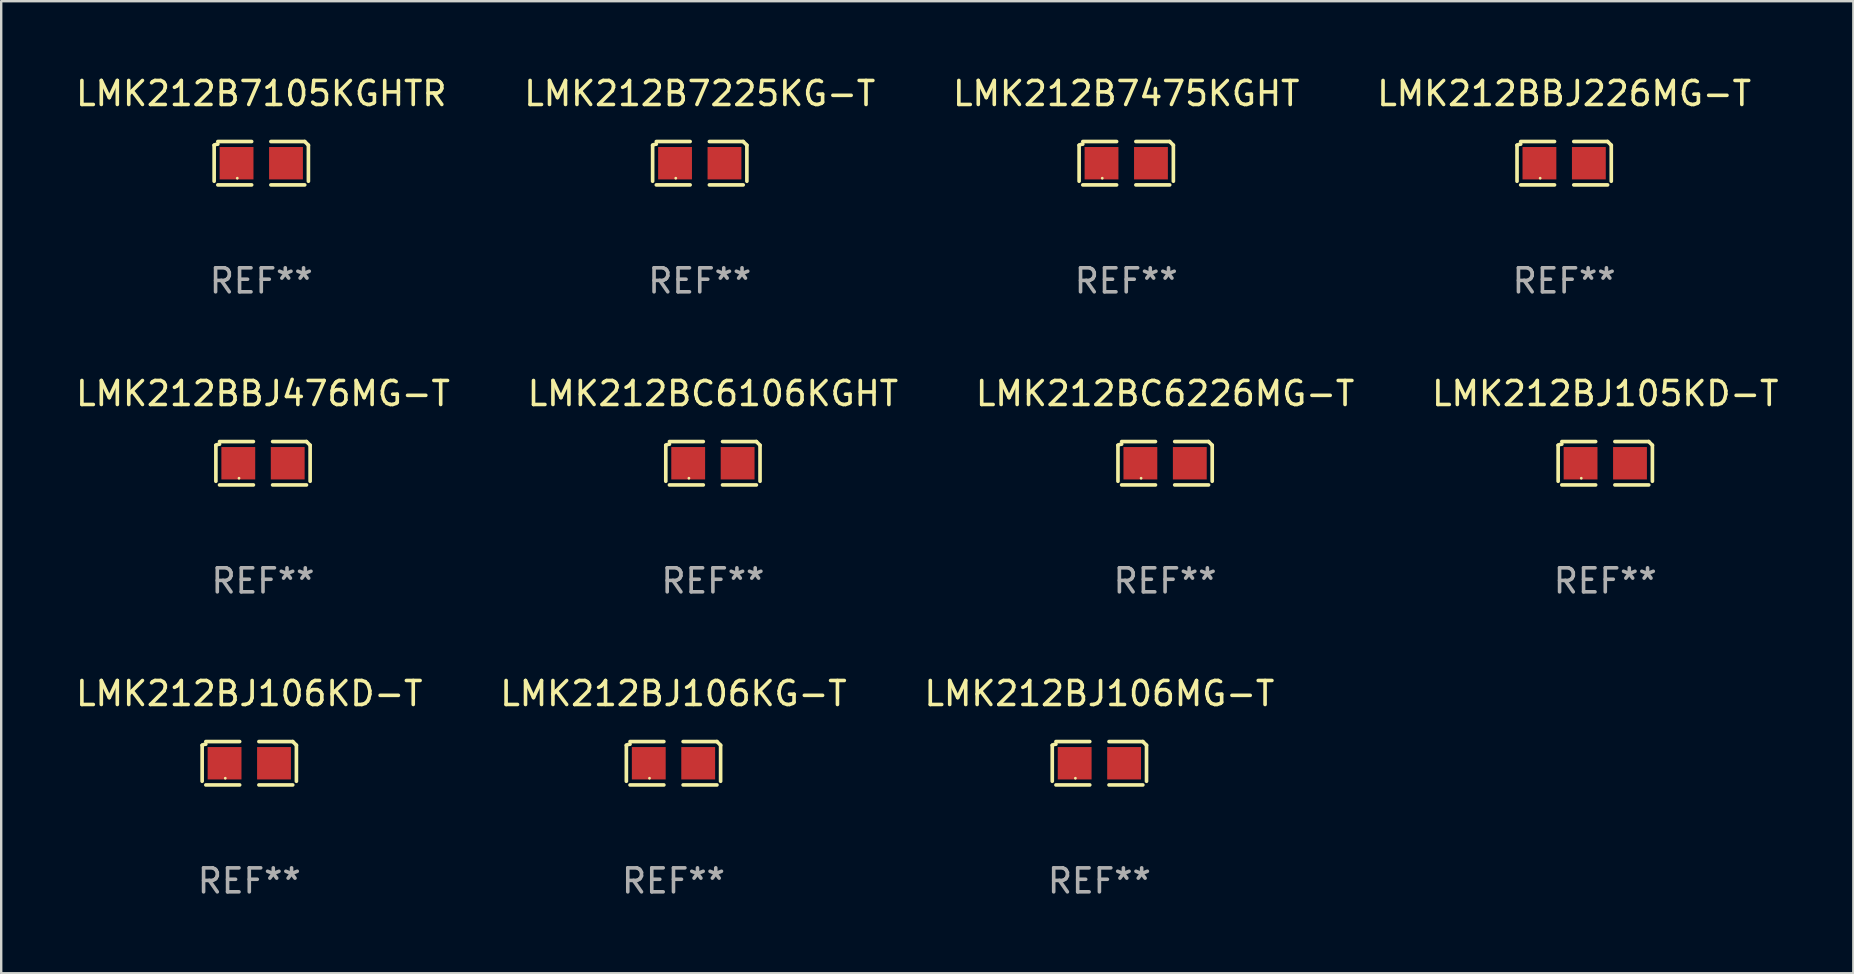
<source format=kicad_pcb>
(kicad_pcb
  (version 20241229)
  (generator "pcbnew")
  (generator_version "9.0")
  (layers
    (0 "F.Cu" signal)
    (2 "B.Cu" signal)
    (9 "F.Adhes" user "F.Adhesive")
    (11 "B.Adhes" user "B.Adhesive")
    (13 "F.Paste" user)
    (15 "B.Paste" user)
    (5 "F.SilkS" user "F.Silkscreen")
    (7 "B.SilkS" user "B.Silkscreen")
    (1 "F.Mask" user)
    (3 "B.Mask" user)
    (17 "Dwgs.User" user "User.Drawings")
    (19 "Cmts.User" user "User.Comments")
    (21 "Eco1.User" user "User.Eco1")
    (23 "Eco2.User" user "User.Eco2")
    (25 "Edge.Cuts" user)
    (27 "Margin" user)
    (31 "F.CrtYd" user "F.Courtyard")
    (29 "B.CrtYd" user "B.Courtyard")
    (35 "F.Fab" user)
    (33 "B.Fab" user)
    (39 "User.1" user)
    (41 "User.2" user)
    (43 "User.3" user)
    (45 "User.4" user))
  (footprint "LMK212BJ106KD-T"
    (layer "F.Cu")
    (at 7.339 28.759)
    (property "Reference" "LMK212BJ106KD-T" (at 0 -2.904 0) (layer "F.SilkS") (effects (font (size 1 1) (thickness 0.15))))
    (attr through_hole)
    (fp_line (start -1.964 0.751) (end -1.964 -0.751) (stroke (width 0.152) (type solid)) (layer "F.SilkS"))
    (fp_line (start -1.811 -0.904) (end -0.401 -0.904) (stroke (width 0.152) (type solid)) (layer "F.SilkS"))
    (fp_line (start -0.401 0.904) (end -1.811 0.904) (stroke (width 0.152) (type solid)) (layer "F.SilkS"))
    (fp_line (start 0.401 0.904) (end 1.811 0.904) (stroke (width 0.152) (type solid)) (layer "F.SilkS"))
    (fp_line (start 1.811 -0.904) (end 0.401 -0.904) (stroke (width 0.152) (type solid)) (layer "F.SilkS"))
    (fp_line (start 1.964 0.751) (end 1.964 -0.751) (stroke (width 0.152) (type solid)) (layer "F.SilkS"))
    (fp_arc (start -1.963602 -0.751207) (mid -1.890354 -0.783131) (end -1.811201 -0.794044) (stroke (width 0.1524) (type solid)) (layer "F.SilkS"))
    (fp_arc (start 1.811202 -0.903607) (mid 1.887413 -0.827418) (end 1.963602 -0.751207) (stroke (width 0.1524) (type solid)) (layer "F.SilkS"))
    (fp_circle (center -1 0.625) (end -0.97 0.625) (stroke (width 0.06) (type solid)) (fill no) (layer "F.SilkS"))
    (fp_text user "REF**" (at 0 4.904 0) (layer "F.Fab") (effects (font (size 1 1) (thickness 0.15))))
    (pad "1" smd rect (at -1.03 0) (size 1.41 1.35) (layers "F.Cu" "F.Mask" "F.Paste"))
    (pad "2" smd rect (at 1.03 0) (size 1.41 1.35) (layers "F.Cu" "F.Mask" "F.Paste")))
  (footprint "LMK212BJ105KD-T"
    (layer "F.Cu")
    (at 63.851 16.256)
    (property "Reference" "LMK212BJ105KD-T" (at 0 -2.904 0) (layer "F.SilkS") (effects (font (size 1 1) (thickness 0.15))))
    (attr through_hole)
    (fp_line (start -1.964 0.751) (end -1.964 -0.751) (stroke (width 0.152) (type solid)) (layer "F.SilkS"))
    (fp_line (start -1.811 -0.904) (end -0.401 -0.904) (stroke (width 0.152) (type solid)) (layer "F.SilkS"))
    (fp_line (start -0.401 0.904) (end -1.811 0.904) (stroke (width 0.152) (type solid)) (layer "F.SilkS"))
    (fp_line (start 0.401 0.904) (end 1.811 0.904) (stroke (width 0.152) (type solid)) (layer "F.SilkS"))
    (fp_line (start 1.811 -0.904) (end 0.401 -0.904) (stroke (width 0.152) (type solid)) (layer "F.SilkS"))
    (fp_line (start 1.964 0.751) (end 1.964 -0.751) (stroke (width 0.152) (type solid)) (layer "F.SilkS"))
    (fp_arc (start -1.963602 -0.751207) (mid -1.890354 -0.783131) (end -1.811201 -0.794044) (stroke (width 0.1524) (type solid)) (layer "F.SilkS"))
    (fp_arc (start 1.811202 -0.903607) (mid 1.887413 -0.827418) (end 1.963602 -0.751207) (stroke (width 0.1524) (type solid)) (layer "F.SilkS"))
    (fp_circle (center -1 0.625) (end -0.97 0.625) (stroke (width 0.06) (type solid)) (fill no) (layer "F.SilkS"))
    (fp_text user "REF**" (at 0 4.904 0) (layer "F.Fab") (effects (font (size 1 1) (thickness 0.15))))
    (pad "1" smd rect (at -1.03 0) (size 1.41 1.35) (layers "F.Cu" "F.Mask" "F.Paste"))
    (pad "2" smd rect (at 1.03 0) (size 1.41 1.35) (layers "F.Cu" "F.Mask" "F.Paste")))
  (footprint "LMK212B7475KGHT"
    (layer "F.Cu")
    (at 43.887 3.752)
    (property "Reference" "LMK212B7475KGHT" (at 0 -2.904 0) (layer "F.SilkS") (effects (font (size 1 1) (thickness 0.15))))
    (attr through_hole)
    (fp_line (start -1.964 0.751) (end -1.964 -0.751) (stroke (width 0.152) (type solid)) (layer "F.SilkS"))
    (fp_line (start -1.811 -0.904) (end -0.401 -0.904) (stroke (width 0.152) (type solid)) (layer "F.SilkS"))
    (fp_line (start -0.401 0.904) (end -1.811 0.904) (stroke (width 0.152) (type solid)) (layer "F.SilkS"))
    (fp_line (start 0.401 0.904) (end 1.811 0.904) (stroke (width 0.152) (type solid)) (layer "F.SilkS"))
    (fp_line (start 1.811 -0.904) (end 0.401 -0.904) (stroke (width 0.152) (type solid)) (layer "F.SilkS"))
    (fp_line (start 1.964 0.751) (end 1.964 -0.751) (stroke (width 0.152) (type solid)) (layer "F.SilkS"))
    (fp_arc (start -1.963602 -0.751207) (mid -1.890354 -0.783131) (end -1.811201 -0.794044) (stroke (width 0.1524) (type solid)) (layer "F.SilkS"))
    (fp_arc (start 1.811202 -0.903607) (mid 1.887413 -0.827418) (end 1.963602 -0.751207) (stroke (width 0.1524) (type solid)) (layer "F.SilkS"))
    (fp_circle (center -1 0.625) (end -0.97 0.625) (stroke (width 0.06) (type solid)) (fill no) (layer "F.SilkS"))
    (fp_text user "REF**" (at 0 4.904 0) (layer "F.Fab") (effects (font (size 1 1) (thickness 0.15))))
    (pad "1" smd rect (at -1.03 0) (size 1.41 1.35) (layers "F.Cu" "F.Mask" "F.Paste"))
    (pad "2" smd rect (at 1.03 0) (size 1.41 1.35) (layers "F.Cu" "F.Mask" "F.Paste")))
  (footprint "LMK212BBJ476MG-T"
    (layer "F.Cu")
    (at 7.911 16.256)
    (property "Reference" "LMK212BBJ476MG-T" (at 0 -2.904 0) (layer "F.SilkS") (effects (font (size 1 1) (thickness 0.15))))
    (attr through_hole)
    (fp_line (start -1.964 0.751) (end -1.964 -0.751) (stroke (width 0.152) (type solid)) (layer "F.SilkS"))
    (fp_line (start -1.811 -0.904) (end -0.401 -0.904) (stroke (width 0.152) (type solid)) (layer "F.SilkS"))
    (fp_line (start -0.401 0.904) (end -1.811 0.904) (stroke (width 0.152) (type solid)) (layer "F.SilkS"))
    (fp_line (start 0.401 0.904) (end 1.811 0.904) (stroke (width 0.152) (type solid)) (layer "F.SilkS"))
    (fp_line (start 1.811 -0.904) (end 0.401 -0.904) (stroke (width 0.152) (type solid)) (layer "F.SilkS"))
    (fp_line (start 1.964 0.751) (end 1.964 -0.751) (stroke (width 0.152) (type solid)) (layer "F.SilkS"))
    (fp_arc (start -1.963602 -0.751207) (mid -1.890354 -0.783131) (end -1.811201 -0.794044) (stroke (width 0.1524) (type solid)) (layer "F.SilkS"))
    (fp_arc (start 1.811202 -0.903607) (mid 1.887413 -0.827418) (end 1.963602 -0.751207) (stroke (width 0.1524) (type solid)) (layer "F.SilkS"))
    (fp_circle (center -1 0.625) (end -0.97 0.625) (stroke (width 0.06) (type solid)) (fill no) (layer "F.SilkS"))
    (fp_text user "REF**" (at 0 4.904 0) (layer "F.Fab") (effects (font (size 1 1) (thickness 0.15))))
    (pad "1" smd rect (at -1.03 0) (size 1.41 1.35) (layers "F.Cu" "F.Mask" "F.Paste"))
    (pad "2" smd rect (at 1.03 0) (size 1.41 1.35) (layers "F.Cu" "F.Mask" "F.Paste")))
  (footprint "LMK212BJ106KG-T"
    (layer "F.Cu")
    (at 25.018 28.759)
    (property "Reference" "LMK212BJ106KG-T" (at 0 -2.904 0) (layer "F.SilkS") (effects (font (size 1 1) (thickness 0.15))))
    (attr through_hole)
    (fp_line (start -1.964 0.751) (end -1.964 -0.751) (stroke (width 0.152) (type solid)) (layer "F.SilkS"))
    (fp_line (start -1.811 -0.904) (end -0.401 -0.904) (stroke (width 0.152) (type solid)) (layer "F.SilkS"))
    (fp_line (start -0.401 0.904) (end -1.811 0.904) (stroke (width 0.152) (type solid)) (layer "F.SilkS"))
    (fp_line (start 0.401 0.904) (end 1.811 0.904) (stroke (width 0.152) (type solid)) (layer "F.SilkS"))
    (fp_line (start 1.811 -0.904) (end 0.401 -0.904) (stroke (width 0.152) (type solid)) (layer "F.SilkS"))
    (fp_line (start 1.964 0.751) (end 1.964 -0.751) (stroke (width 0.152) (type solid)) (layer "F.SilkS"))
    (fp_arc (start -1.963602 -0.751207) (mid -1.890354 -0.783131) (end -1.811201 -0.794044) (stroke (width 0.1524) (type solid)) (layer "F.SilkS"))
    (fp_arc (start 1.811202 -0.903607) (mid 1.887413 -0.827418) (end 1.963602 -0.751207) (stroke (width 0.1524) (type solid)) (layer "F.SilkS"))
    (fp_circle (center -1 0.625) (end -0.97 0.625) (stroke (width 0.06) (type solid)) (fill no) (layer "F.SilkS"))
    (fp_text user "REF**" (at 0 4.904 0) (layer "F.Fab") (effects (font (size 1 1) (thickness 0.15))))
    (pad "1" smd rect (at -1.03 0) (size 1.41 1.35) (layers "F.Cu" "F.Mask" "F.Paste"))
    (pad "2" smd rect (at 1.03 0) (size 1.41 1.35) (layers "F.Cu" "F.Mask" "F.Paste")))
  (footprint "LMK212BC6106KGHT"
    (layer "F.Cu")
    (at 26.661 16.256)
    (property "Reference" "LMK212BC6106KGHT" (at 0 -2.904 0) (layer "F.SilkS") (effects (font (size 1 1) (thickness 0.15))))
    (attr through_hole)
    (fp_line (start -1.964 0.751) (end -1.964 -0.751) (stroke (width 0.152) (type solid)) (layer "F.SilkS"))
    (fp_line (start -1.811 -0.904) (end -0.401 -0.904) (stroke (width 0.152) (type solid)) (layer "F.SilkS"))
    (fp_line (start -0.401 0.904) (end -1.811 0.904) (stroke (width 0.152) (type solid)) (layer "F.SilkS"))
    (fp_line (start 0.401 0.904) (end 1.811 0.904) (stroke (width 0.152) (type solid)) (layer "F.SilkS"))
    (fp_line (start 1.811 -0.904) (end 0.401 -0.904) (stroke (width 0.152) (type solid)) (layer "F.SilkS"))
    (fp_line (start 1.964 0.751) (end 1.964 -0.751) (stroke (width 0.152) (type solid)) (layer "F.SilkS"))
    (fp_arc (start -1.963602 -0.751207) (mid -1.890354 -0.783131) (end -1.811201 -0.794044) (stroke (width 0.1524) (type solid)) (layer "F.SilkS"))
    (fp_arc (start 1.811202 -0.903607) (mid 1.887413 -0.827418) (end 1.963602 -0.751207) (stroke (width 0.1524) (type solid)) (layer "F.SilkS"))
    (fp_circle (center -1 0.625) (end -0.97 0.625) (stroke (width 0.06) (type solid)) (fill no) (layer "F.SilkS"))
    (fp_text user "REF**" (at 0 4.904 0) (layer "F.Fab") (effects (font (size 1 1) (thickness 0.15))))
    (pad "1" smd rect (at -1.03 0) (size 1.41 1.35) (layers "F.Cu" "F.Mask" "F.Paste"))
    (pad "2" smd rect (at 1.03 0) (size 1.41 1.35) (layers "F.Cu" "F.Mask" "F.Paste")))
  (footprint "LMK212B7225KG-T"
    (layer "F.Cu")
    (at 26.113 3.752)
    (property "Reference" "LMK212B7225KG-T" (at 0 -2.904 0) (layer "F.SilkS") (effects (font (size 1 1) (thickness 0.15))))
    (attr through_hole)
    (fp_line (start -1.964 0.751) (end -1.964 -0.751) (stroke (width 0.152) (type solid)) (layer "F.SilkS"))
    (fp_line (start -1.811 -0.904) (end -0.401 -0.904) (stroke (width 0.152) (type solid)) (layer "F.SilkS"))
    (fp_line (start -0.401 0.904) (end -1.811 0.904) (stroke (width 0.152) (type solid)) (layer "F.SilkS"))
    (fp_line (start 0.401 0.904) (end 1.811 0.904) (stroke (width 0.152) (type solid)) (layer "F.SilkS"))
    (fp_line (start 1.811 -0.904) (end 0.401 -0.904) (stroke (width 0.152) (type solid)) (layer "F.SilkS"))
    (fp_line (start 1.964 0.751) (end 1.964 -0.751) (stroke (width 0.152) (type solid)) (layer "F.SilkS"))
    (fp_arc (start -1.963602 -0.751207) (mid -1.890354 -0.783131) (end -1.811201 -0.794044) (stroke (width 0.1524) (type solid)) (layer "F.SilkS"))
    (fp_arc (start 1.811202 -0.903607) (mid 1.887413 -0.827418) (end 1.963602 -0.751207) (stroke (width 0.1524) (type solid)) (layer "F.SilkS"))
    (fp_circle (center -1 0.625) (end -0.97 0.625) (stroke (width 0.06) (type solid)) (fill no) (layer "F.SilkS"))
    (fp_text user "REF**" (at 0 4.904 0) (layer "F.Fab") (effects (font (size 1 1) (thickness 0.15))))
    (pad "1" smd rect (at -1.03 0) (size 1.41 1.35) (layers "F.Cu" "F.Mask" "F.Paste"))
    (pad "2" smd rect (at 1.03 0) (size 1.41 1.35) (layers "F.Cu" "F.Mask" "F.Paste")))
  (footprint "LMK212BJ106MG-T"
    (layer "F.Cu")
    (at 42.768 28.759)
    (property "Reference" "LMK212BJ106MG-T" (at 0 -2.904 0) (layer "F.SilkS") (effects (font (size 1 1) (thickness 0.15))))
    (attr through_hole)
    (fp_line (start -1.964 0.751) (end -1.964 -0.751) (stroke (width 0.152) (type solid)) (layer "F.SilkS"))
    (fp_line (start -1.811 -0.904) (end -0.401 -0.904) (stroke (width 0.152) (type solid)) (layer "F.SilkS"))
    (fp_line (start -0.401 0.904) (end -1.811 0.904) (stroke (width 0.152) (type solid)) (layer "F.SilkS"))
    (fp_line (start 0.401 0.904) (end 1.811 0.904) (stroke (width 0.152) (type solid)) (layer "F.SilkS"))
    (fp_line (start 1.811 -0.904) (end 0.401 -0.904) (stroke (width 0.152) (type solid)) (layer "F.SilkS"))
    (fp_line (start 1.964 0.751) (end 1.964 -0.751) (stroke (width 0.152) (type solid)) (layer "F.SilkS"))
    (fp_arc (start -1.963602 -0.751207) (mid -1.890354 -0.783131) (end -1.811201 -0.794044) (stroke (width 0.1524) (type solid)) (layer "F.SilkS"))
    (fp_arc (start 1.811202 -0.903607) (mid 1.887413 -0.827418) (end 1.963602 -0.751207) (stroke (width 0.1524) (type solid)) (layer "F.SilkS"))
    (fp_circle (center -1 0.625) (end -0.97 0.625) (stroke (width 0.06) (type solid)) (fill no) (layer "F.SilkS"))
    (fp_text user "REF**" (at 0 4.904 0) (layer "F.Fab") (effects (font (size 1 1) (thickness 0.15))))
    (pad "1" smd rect (at -1.03 0) (size 1.41 1.35) (layers "F.Cu" "F.Mask" "F.Paste"))
    (pad "2" smd rect (at 1.03 0) (size 1.41 1.35) (layers "F.Cu" "F.Mask" "F.Paste")))
  (footprint "LMK212BBJ226MG-T"
    (layer "F.Cu")
    (at 62.137 3.752)
    (property "Reference" "LMK212BBJ226MG-T" (at 0 -2.904 0) (layer "F.SilkS") (effects (font (size 1 1) (thickness 0.15))))
    (attr through_hole)
    (fp_line (start -1.964 0.751) (end -1.964 -0.751) (stroke (width 0.152) (type solid)) (layer "F.SilkS"))
    (fp_line (start -1.811 -0.904) (end -0.401 -0.904) (stroke (width 0.152) (type solid)) (layer "F.SilkS"))
    (fp_line (start -0.401 0.904) (end -1.811 0.904) (stroke (width 0.152) (type solid)) (layer "F.SilkS"))
    (fp_line (start 0.401 0.904) (end 1.811 0.904) (stroke (width 0.152) (type solid)) (layer "F.SilkS"))
    (fp_line (start 1.811 -0.904) (end 0.401 -0.904) (stroke (width 0.152) (type solid)) (layer "F.SilkS"))
    (fp_line (start 1.964 0.751) (end 1.964 -0.751) (stroke (width 0.152) (type solid)) (layer "F.SilkS"))
    (fp_arc (start -1.963602 -0.751207) (mid -1.890354 -0.783131) (end -1.811201 -0.794044) (stroke (width 0.1524) (type solid)) (layer "F.SilkS"))
    (fp_arc (start 1.811202 -0.903607) (mid 1.887413 -0.827418) (end 1.963602 -0.751207) (stroke (width 0.1524) (type solid)) (layer "F.SilkS"))
    (fp_circle (center -1 0.625) (end -0.97 0.625) (stroke (width 0.06) (type solid)) (fill no) (layer "F.SilkS"))
    (fp_text user "REF**" (at 0 4.904 0) (layer "F.Fab") (effects (font (size 1 1) (thickness 0.15))))
    (pad "1" smd rect (at -1.03 0) (size 1.41 1.35) (layers "F.Cu" "F.Mask" "F.Paste"))
    (pad "2" smd rect (at 1.03 0) (size 1.41 1.35) (layers "F.Cu" "F.Mask" "F.Paste")))
  (footprint "LMK212B7105KGHTR"
    (layer "F.Cu")
    (at 7.839 3.752)
    (property "Reference" "LMK212B7105KGHTR" (at 0 -2.904 0) (layer "F.SilkS") (effects (font (size 1 1) (thickness 0.15))))
    (attr through_hole)
    (fp_line (start -1.964 0.751) (end -1.964 -0.751) (stroke (width 0.152) (type solid)) (layer "F.SilkS"))
    (fp_line (start -1.811 -0.904) (end -0.401 -0.904) (stroke (width 0.152) (type solid)) (layer "F.SilkS"))
    (fp_line (start -0.401 0.904) (end -1.811 0.904) (stroke (width 0.152) (type solid)) (layer "F.SilkS"))
    (fp_line (start 0.401 0.904) (end 1.811 0.904) (stroke (width 0.152) (type solid)) (layer "F.SilkS"))
    (fp_line (start 1.811 -0.904) (end 0.401 -0.904) (stroke (width 0.152) (type solid)) (layer "F.SilkS"))
    (fp_line (start 1.964 0.751) (end 1.964 -0.751) (stroke (width 0.152) (type solid)) (layer "F.SilkS"))
    (fp_arc (start -1.963602 -0.751207) (mid -1.890354 -0.783131) (end -1.811201 -0.794044) (stroke (width 0.1524) (type solid)) (layer "F.SilkS"))
    (fp_arc (start 1.811202 -0.903607) (mid 1.887413 -0.827418) (end 1.963602 -0.751207) (stroke (width 0.1524) (type solid)) (layer "F.SilkS"))
    (fp_circle (center -1 0.625) (end -0.97 0.625) (stroke (width 0.06) (type solid)) (fill no) (layer "F.SilkS"))
    (fp_text user "REF**" (at 0 4.904 0) (layer "F.Fab") (effects (font (size 1 1) (thickness 0.15))))
    (pad "1" smd rect (at -1.03 0) (size 1.41 1.35) (layers "F.Cu" "F.Mask" "F.Paste"))
    (pad "2" smd rect (at 1.03 0) (size 1.41 1.35) (layers "F.Cu" "F.Mask" "F.Paste")))
  (footprint "LMK212BC6226MG-T"
    (layer "F.Cu")
    (at 45.506 16.256)
    (property "Reference" "LMK212BC6226MG-T" (at 0 -2.904 0) (layer "F.SilkS") (effects (font (size 1 1) (thickness 0.15))))
    (attr through_hole)
    (fp_line (start -1.964 0.751) (end -1.964 -0.751) (stroke (width 0.152) (type solid)) (layer "F.SilkS"))
    (fp_line (start -1.811 -0.904) (end -0.401 -0.904) (stroke (width 0.152) (type solid)) (layer "F.SilkS"))
    (fp_line (start -0.401 0.904) (end -1.811 0.904) (stroke (width 0.152) (type solid)) (layer "F.SilkS"))
    (fp_line (start 0.401 0.904) (end 1.811 0.904) (stroke (width 0.152) (type solid)) (layer "F.SilkS"))
    (fp_line (start 1.811 -0.904) (end 0.401 -0.904) (stroke (width 0.152) (type solid)) (layer "F.SilkS"))
    (fp_line (start 1.964 0.751) (end 1.964 -0.751) (stroke (width 0.152) (type solid)) (layer "F.SilkS"))
    (fp_arc (start -1.963602 -0.751207) (mid -1.890354 -0.783131) (end -1.811201 -0.794044) (stroke (width 0.1524) (type solid)) (layer "F.SilkS"))
    (fp_arc (start 1.811202 -0.903607) (mid 1.887413 -0.827418) (end 1.963602 -0.751207) (stroke (width 0.1524) (type solid)) (layer "F.SilkS"))
    (fp_circle (center -1 0.625) (end -0.97 0.625) (stroke (width 0.06) (type solid)) (fill no) (layer "F.SilkS"))
    (fp_text user "REF**" (at 0 4.904 0) (layer "F.Fab") (effects (font (size 1 1) (thickness 0.15))))
    (pad "1" smd rect (at -1.03 0) (size 1.41 1.35) (layers "F.Cu" "F.Mask" "F.Paste"))
    (pad "2" smd rect (at 1.03 0) (size 1.41 1.35) (layers "F.Cu" "F.Mask" "F.Paste")))
  (gr_rect
    (start -3 -3)
    (end 74.19 37.511)
    (stroke (width 0.1) (type default))
    (fill no)
    (layer "Edge.Cuts")))
</source>
